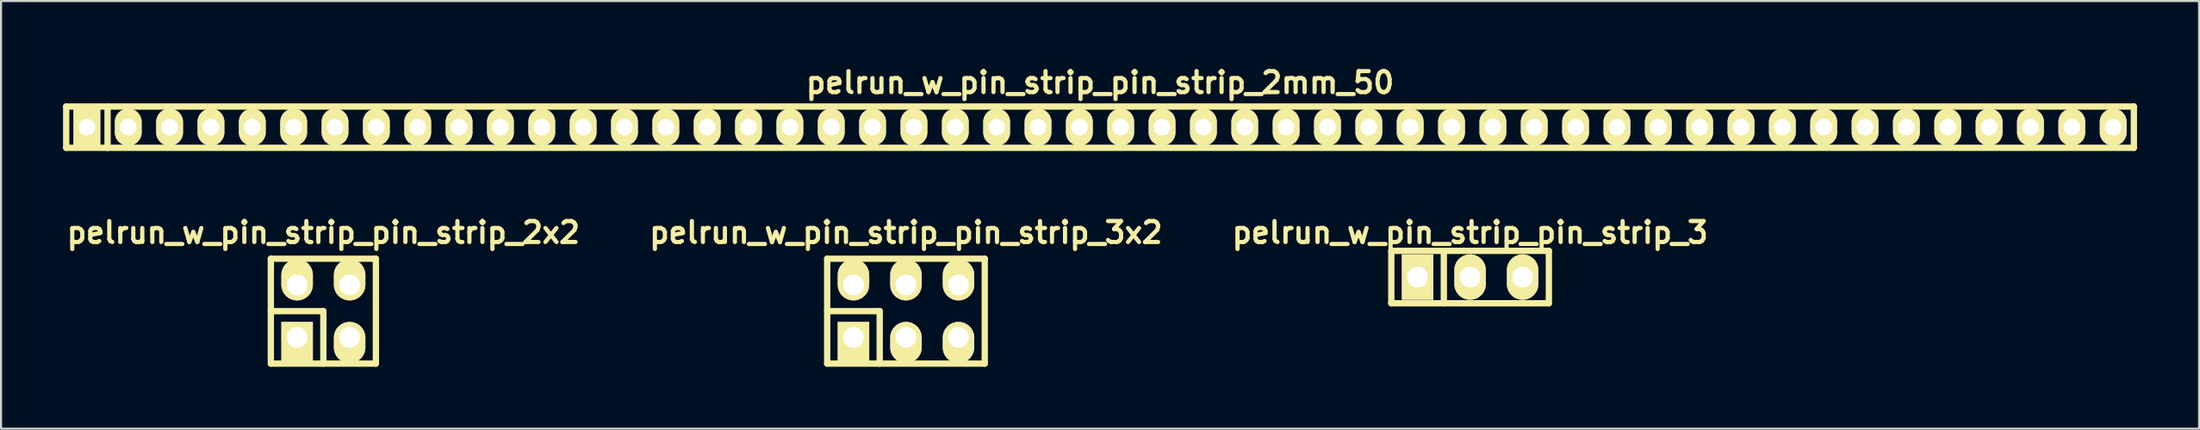
<source format=kicad_pcb>
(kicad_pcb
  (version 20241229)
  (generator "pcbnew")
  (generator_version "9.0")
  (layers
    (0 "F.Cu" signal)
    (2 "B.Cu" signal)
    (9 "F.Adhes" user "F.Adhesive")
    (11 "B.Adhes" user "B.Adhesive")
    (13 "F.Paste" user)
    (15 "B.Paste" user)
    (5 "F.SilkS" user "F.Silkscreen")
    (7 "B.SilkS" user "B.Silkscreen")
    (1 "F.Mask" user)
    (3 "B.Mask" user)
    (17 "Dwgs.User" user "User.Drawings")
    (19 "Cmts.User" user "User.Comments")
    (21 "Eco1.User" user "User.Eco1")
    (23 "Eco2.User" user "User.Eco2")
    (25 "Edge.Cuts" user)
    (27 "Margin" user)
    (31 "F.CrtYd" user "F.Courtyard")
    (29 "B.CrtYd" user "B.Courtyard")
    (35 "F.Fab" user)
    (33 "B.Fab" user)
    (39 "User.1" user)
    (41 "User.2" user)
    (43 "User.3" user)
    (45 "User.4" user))
  (footprint "pelrun_w_pin_strip_pin_strip_2mm_50"
    (layer "F.Cu")
    (at 50.152 3.11)
    (property "Reference" "pelrun_w_pin_strip_pin_strip_2mm_50" (at 0 -2.159 0) (layer "F.SilkS") (effects (font (size 1.016 1.016) (thickness 0.203))))
    (attr through_hole)
    (fp_line (start -50 -1) (end 50 -1) (stroke (width 0.305) (type solid)) (layer "F.SilkS"))
    (fp_line (start -50 1) (end -50 -1) (stroke (width 0.305) (type solid)) (layer "F.SilkS"))
    (fp_line (start -48 -1) (end -48 1) (stroke (width 0.305) (type solid)) (layer "F.SilkS"))
    (fp_line (start 50 -1) (end 50 1) (stroke (width 0.305) (type solid)) (layer "F.SilkS"))
    (fp_line (start 50 1) (end -50 1) (stroke (width 0.305) (type solid)) (layer "F.SilkS"))
    (pad "1" thru_hole rect (at -49 0) (size 1.3 1.8) (drill 0.8) (layers "*.Cu" "*.Mask" "F.SilkS"))
    (pad "2" thru_hole oval (at -47 0) (size 1.3 1.8) (drill 0.8) (layers "*.Cu" "*.Mask" "F.SilkS"))
    (pad "3" thru_hole oval (at -45 0) (size 1.3 1.8) (drill 0.8) (layers "*.Cu" "*.Mask" "F.SilkS"))
    (pad "4" thru_hole oval (at -43 0) (size 1.3 1.8) (drill 0.8) (layers "*.Cu" "*.Mask" "F.SilkS"))
    (pad "5" thru_hole oval (at -41 0) (size 1.3 1.8) (drill 0.8) (layers "*.Cu" "*.Mask" "F.SilkS"))
    (pad "6" thru_hole oval (at -39 0) (size 1.3 1.8) (drill 0.8) (layers "*.Cu" "*.Mask" "F.SilkS"))
    (pad "7" thru_hole oval (at -37 0) (size 1.3 1.8) (drill 0.8) (layers "*.Cu" "*.Mask" "F.SilkS"))
    (pad "8" thru_hole oval (at -35 0) (size 1.3 1.8) (drill 0.8) (layers "*.Cu" "*.Mask" "F.SilkS"))
    (pad "9" thru_hole oval (at -33 0) (size 1.3 1.8) (drill 0.8) (layers "*.Cu" "*.Mask" "F.SilkS"))
    (pad "10" thru_hole oval (at -31 0) (size 1.3 1.8) (drill 0.8) (layers "*.Cu" "*.Mask" "F.SilkS"))
    (pad "11" thru_hole oval (at -29 0) (size 1.3 1.8) (drill 0.8) (layers "*.Cu" "*.Mask" "F.SilkS"))
    (pad "12" thru_hole oval (at -27 0) (size 1.3 1.8) (drill 0.8) (layers "*.Cu" "*.Mask" "F.SilkS"))
    (pad "13" thru_hole oval (at -25 0) (size 1.3 1.8) (drill 0.8) (layers "*.Cu" "*.Mask" "F.SilkS"))
    (pad "14" thru_hole oval (at -23 0) (size 1.3 1.8) (drill 0.8) (layers "*.Cu" "*.Mask" "F.SilkS"))
    (pad "15" thru_hole oval (at -21 0) (size 1.3 1.8) (drill 0.8) (layers "*.Cu" "*.Mask" "F.SilkS"))
    (pad "16" thru_hole oval (at -19 0) (size 1.3 1.8) (drill 0.8) (layers "*.Cu" "*.Mask" "F.SilkS"))
    (pad "17" thru_hole oval (at -17 0) (size 1.3 1.8) (drill 0.8) (layers "*.Cu" "*.Mask" "F.SilkS"))
    (pad "18" thru_hole oval (at -15 0) (size 1.3 1.8) (drill 0.8) (layers "*.Cu" "*.Mask" "F.SilkS"))
    (pad "19" thru_hole oval (at -13 0) (size 1.3 1.8) (drill 0.8) (layers "*.Cu" "*.Mask" "F.SilkS"))
    (pad "20" thru_hole oval (at -11 0) (size 1.3 1.8) (drill 0.8) (layers "*.Cu" "*.Mask" "F.SilkS"))
    (pad "21" thru_hole oval (at -9 0) (size 1.3 1.8) (drill 0.8) (layers "*.Cu" "*.Mask" "F.SilkS"))
    (pad "22" thru_hole oval (at -7 0) (size 1.3 1.8) (drill 0.8) (layers "*.Cu" "*.Mask" "F.SilkS"))
    (pad "23" thru_hole oval (at -5 0) (size 1.3 1.8) (drill 0.8) (layers "*.Cu" "*.Mask" "F.SilkS"))
    (pad "24" thru_hole oval (at -3 0) (size 1.3 1.8) (drill 0.8) (layers "*.Cu" "*.Mask" "F.SilkS"))
    (pad "25" thru_hole oval (at -1 0) (size 1.3 1.8) (drill 0.8) (layers "*.Cu" "*.Mask" "F.SilkS"))
    (pad "26" thru_hole oval (at 1 0) (size 1.3 1.8) (drill 0.8) (layers "*.Cu" "*.Mask" "F.SilkS"))
    (pad "27" thru_hole oval (at 3 0) (size 1.3 1.8) (drill 0.8) (layers "*.Cu" "*.Mask" "F.SilkS"))
    (pad "28" thru_hole oval (at 5 0) (size 1.3 1.8) (drill 0.8) (layers "*.Cu" "*.Mask" "F.SilkS"))
    (pad "29" thru_hole oval (at 7 0) (size 1.3 1.8) (drill 0.8) (layers "*.Cu" "*.Mask" "F.SilkS"))
    (pad "30" thru_hole oval (at 9 0) (size 1.3 1.8) (drill 0.8) (layers "*.Cu" "*.Mask" "F.SilkS"))
    (pad "31" thru_hole oval (at 11 0) (size 1.3 1.8) (drill 0.8) (layers "*.Cu" "*.Mask" "F.SilkS"))
    (pad "32" thru_hole oval (at 13 0) (size 1.3 1.8) (drill 0.8) (layers "*.Cu" "*.Mask" "F.SilkS"))
    (pad "33" thru_hole oval (at 15 0) (size 1.3 1.8) (drill 0.8) (layers "*.Cu" "*.Mask" "F.SilkS"))
    (pad "34" thru_hole oval (at 17 0) (size 1.3 1.8) (drill 0.8) (layers "*.Cu" "*.Mask" "F.SilkS"))
    (pad "35" thru_hole oval (at 19 0) (size 1.3 1.8) (drill 0.8) (layers "*.Cu" "*.Mask" "F.SilkS"))
    (pad "36" thru_hole oval (at 21 0) (size 1.3 1.8) (drill 0.8) (layers "*.Cu" "*.Mask" "F.SilkS"))
    (pad "37" thru_hole oval (at 23 0) (size 1.3 1.8) (drill 0.8) (layers "*.Cu" "*.Mask" "F.SilkS"))
    (pad "38" thru_hole oval (at 25 0) (size 1.3 1.8) (drill 0.8) (layers "*.Cu" "*.Mask" "F.SilkS"))
    (pad "39" thru_hole oval (at 27 0) (size 1.3 1.8) (drill 0.8) (layers "*.Cu" "*.Mask" "F.SilkS"))
    (pad "40" thru_hole oval (at 29 0) (size 1.3 1.8) (drill 0.8) (layers "*.Cu" "*.Mask" "F.SilkS"))
    (pad "41" thru_hole oval (at 31 0) (size 1.3 1.8) (drill 0.8) (layers "*.Cu" "*.Mask" "F.SilkS"))
    (pad "42" thru_hole oval (at 33 0) (size 1.3 1.8) (drill 0.8) (layers "*.Cu" "*.Mask" "F.SilkS"))
    (pad "43" thru_hole oval (at 35 0) (size 1.3 1.8) (drill 0.8) (layers "*.Cu" "*.Mask" "F.SilkS"))
    (pad "44" thru_hole oval (at 37 0) (size 1.3 1.8) (drill 0.8) (layers "*.Cu" "*.Mask" "F.SilkS"))
    (pad "45" thru_hole oval (at 39 0) (size 1.3 1.8) (drill 0.8) (layers "*.Cu" "*.Mask" "F.SilkS"))
    (pad "46" thru_hole oval (at 41 0) (size 1.3 1.8) (drill 0.8) (layers "*.Cu" "*.Mask" "F.SilkS"))
    (pad "47" thru_hole oval (at 43 0) (size 1.3 1.8) (drill 0.8) (layers "*.Cu" "*.Mask" "F.SilkS"))
    (pad "48" thru_hole oval (at 45 0) (size 1.3 1.8) (drill 0.8) (layers "*.Cu" "*.Mask" "F.SilkS"))
    (pad "49" thru_hole oval (at 47 0) (size 1.3 1.8) (drill 0.8) (layers "*.Cu" "*.Mask" "F.SilkS"))
    (pad "50" thru_hole oval (at 49 0) (size 1.3 1.8) (drill 0.8) (layers "*.Cu" "*.Mask" "F.SilkS")))
  (footprint "pelrun_w_pin_strip_pin_strip_3"
    (layer "F.Cu")
    (at 68.049 10.372)
    (property "Reference" "pelrun_w_pin_strip_pin_strip_3" (at 0 -2.159 0) (layer "F.SilkS") (effects (font (size 1.016 1.016) (thickness 0.203))))
    (attr through_hole)
    (fp_line (start -3.81 -1.27) (end 3.81 -1.27) (stroke (width 0.305) (type solid)) (layer "F.SilkS"))
    (fp_line (start -3.81 1.27) (end -3.81 -1.27) (stroke (width 0.305) (type solid)) (layer "F.SilkS"))
    (fp_line (start -1.27 1.27) (end -1.27 -1.27) (stroke (width 0.305) (type solid)) (layer "F.SilkS"))
    (fp_line (start 3.81 -1.27) (end 3.81 1.27) (stroke (width 0.305) (type solid)) (layer "F.SilkS"))
    (fp_line (start 3.81 1.27) (end -3.81 1.27) (stroke (width 0.305) (type solid)) (layer "F.SilkS"))
    (pad "1" thru_hole rect (at -2.54 0) (size 1.524 2.2) (drill 1.001) (layers "*.Cu" "*.Mask" "F.SilkS"))
    (pad "2" thru_hole oval (at 0 0) (size 1.524 2.2) (drill 1.001) (layers "*.Cu" "*.Mask" "F.SilkS"))
    (pad "3" thru_hole oval (at 2.54 0) (size 1.524 2.2) (drill 1.001) (layers "*.Cu" "*.Mask" "F.SilkS")))
  (footprint "pelrun_w_pin_strip_pin_strip_3x2"
    (layer "F.Cu")
    (at 40.766 12.023)
    (property "Reference" "pelrun_w_pin_strip_pin_strip_3x2" (at 0 -3.81 0) (layer "F.SilkS") (effects (font (size 1.016 1.016) (thickness 0.203))))
    (attr through_hole)
    (fp_line (start -3.81 -2.54) (end -3.81 2.54) (stroke (width 0.305) (type solid)) (layer "F.SilkS"))
    (fp_line (start -3.81 -2.54) (end 3.81 -2.54) (stroke (width 0.305) (type solid)) (layer "F.SilkS"))
    (fp_line (start -3.81 0) (end -1.27 0) (stroke (width 0.305) (type solid)) (layer "F.SilkS"))
    (fp_line (start -1.27 0) (end -1.27 2.54) (stroke (width 0.305) (type solid)) (layer "F.SilkS"))
    (fp_line (start 3.81 -2.54) (end 3.81 2.54) (stroke (width 0.305) (type solid)) (layer "F.SilkS"))
    (fp_line (start 3.81 2.54) (end -3.81 2.54) (stroke (width 0.305) (type solid)) (layer "F.SilkS"))
    (pad "1" thru_hole rect (at -2.54 1.27) (size 1.524 1.999) (drill 1.001 (offset 0 0.249)) (layers "*.Cu" "*.Mask" "F.SilkS"))
    (pad "2" thru_hole oval (at -2.54 -1.27) (size 1.524 1.999) (drill 1.001 (offset 0 -0.249)) (layers "*.Cu" "*.Mask" "F.SilkS"))
    (pad "3" thru_hole oval (at 0 1.27) (size 1.524 1.999) (drill 1.001 (offset 0 0.249)) (layers "*.Cu" "*.Mask" "F.SilkS"))
    (pad "4" thru_hole oval (at 0 -1.27) (size 1.524 1.999) (drill 1.001 (offset 0 -0.249)) (layers "*.Cu" "*.Mask" "F.SilkS"))
    (pad "5" thru_hole oval (at 2.54 1.27) (size 1.524 1.999) (drill 1.001 (offset 0 0.249)) (layers "*.Cu" "*.Mask" "F.SilkS"))
    (pad "6" thru_hole oval (at 2.54 -1.27) (size 1.524 1.999) (drill 1.001 (offset 0 -0.249)) (layers "*.Cu" "*.Mask" "F.SilkS")))
  (footprint "pelrun_w_pin_strip_pin_strip_2x2"
    (layer "F.Cu")
    (at 12.589 12.023)
    (property "Reference" "pelrun_w_pin_strip_pin_strip_2x2" (at 0 -3.81 0) (layer "F.SilkS") (effects (font (size 1.016 1.016) (thickness 0.203))))
    (attr through_hole)
    (fp_line (start -2.54 -2.54) (end -2.54 2.54) (stroke (width 0.305) (type solid)) (layer "F.SilkS"))
    (fp_line (start -2.54 -2.54) (end 2.54 -2.54) (stroke (width 0.305) (type solid)) (layer "F.SilkS"))
    (fp_line (start -2.54 0) (end 0 0) (stroke (width 0.305) (type solid)) (layer "F.SilkS"))
    (fp_line (start 0 0) (end 0 2.54) (stroke (width 0.305) (type solid)) (layer "F.SilkS"))
    (fp_line (start 2.54 -2.54) (end 2.54 2.54) (stroke (width 0.305) (type solid)) (layer "F.SilkS"))
    (fp_line (start 2.54 2.54) (end -2.54 2.54) (stroke (width 0.305) (type solid)) (layer "F.SilkS"))
    (pad "1" thru_hole rect (at -1.27 1.27) (size 1.524 1.999) (drill 1.001 (offset 0 0.249)) (layers "*.Cu" "*.Mask" "F.SilkS"))
    (pad "2" thru_hole oval (at -1.27 -1.27) (size 1.524 1.999) (drill 1.001 (offset 0 -0.249)) (layers "*.Cu" "*.Mask" "F.SilkS"))
    (pad "3" thru_hole oval (at 1.27 1.27) (size 1.524 1.999) (drill 1.001 (offset 0 0.249)) (layers "*.Cu" "*.Mask" "F.SilkS"))
    (pad "4" thru_hole oval (at 1.27 -1.27) (size 1.524 1.999) (drill 1.001 (offset 0 -0.249)) (layers "*.Cu" "*.Mask" "F.SilkS")))
  (gr_rect
    (start -3 -3)
    (end 103.305 17.716)
    (stroke (width 0.1) (type default))
    (fill no)
    (layer "Edge.Cuts")))
</source>
